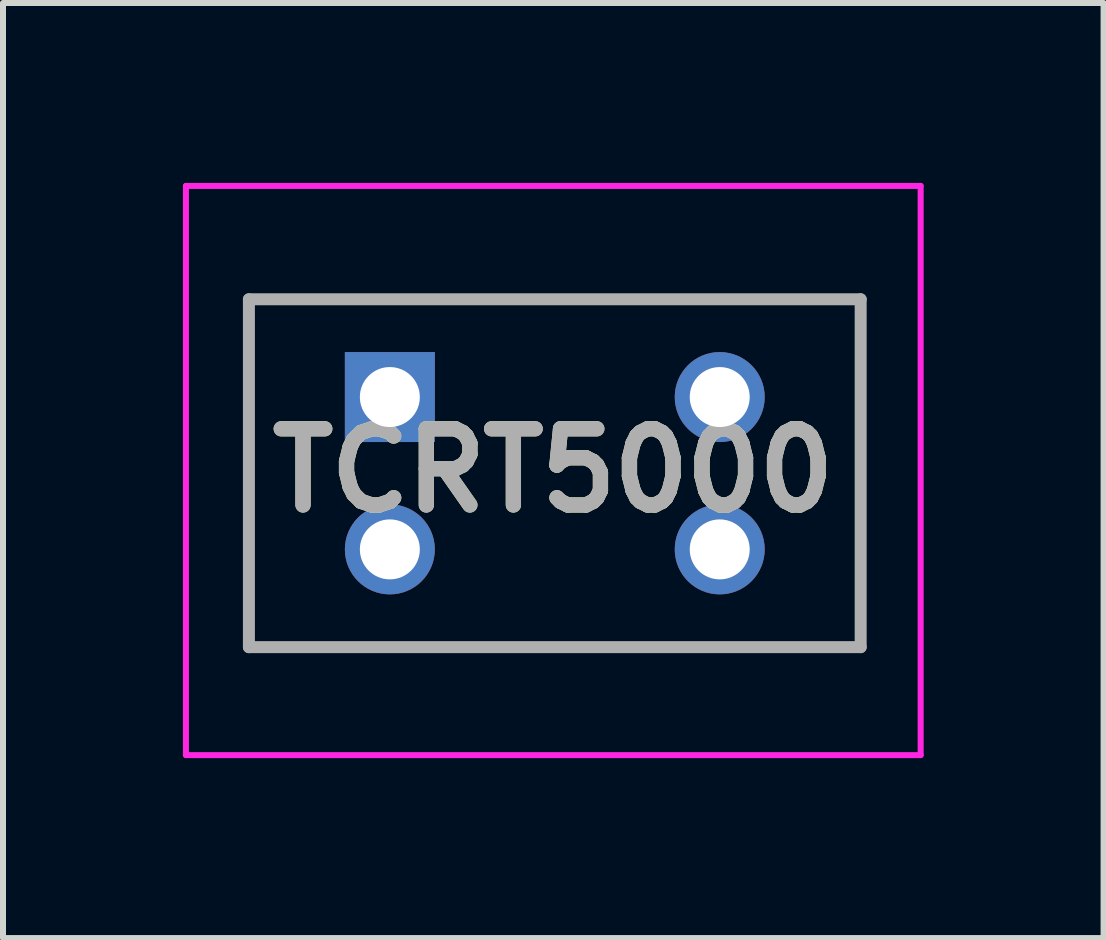
<source format=kicad_pcb>
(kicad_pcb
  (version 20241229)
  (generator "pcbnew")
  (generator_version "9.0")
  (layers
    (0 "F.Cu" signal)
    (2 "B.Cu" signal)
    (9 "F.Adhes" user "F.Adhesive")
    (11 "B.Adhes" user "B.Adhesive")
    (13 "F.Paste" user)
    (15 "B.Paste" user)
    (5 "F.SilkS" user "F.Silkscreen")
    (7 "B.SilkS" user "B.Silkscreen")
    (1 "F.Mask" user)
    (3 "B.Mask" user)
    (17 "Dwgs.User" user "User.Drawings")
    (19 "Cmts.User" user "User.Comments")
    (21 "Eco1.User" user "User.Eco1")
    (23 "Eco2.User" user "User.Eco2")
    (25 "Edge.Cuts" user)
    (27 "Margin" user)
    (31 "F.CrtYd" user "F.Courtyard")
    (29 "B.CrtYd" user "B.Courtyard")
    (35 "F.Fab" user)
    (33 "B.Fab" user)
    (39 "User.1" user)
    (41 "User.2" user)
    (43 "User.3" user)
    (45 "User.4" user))
  (footprint "TCRT5000"
    (layer "F.Cu")
    (at 6.2 4.84)
    (property "Reference" "TCRT5000" (at -0.025 -0.045 0) (layer "F.SilkS") (effects (font (size 1.27 1.27) (thickness 0.254))))
    (attr through_hole)
    (fp_line (start -5.1 -2.9) (end -5.1 1.525) (stroke (width 0.1) (type solid)) (layer "F.SilkS"))
    (fp_line (start -5.1 -2.9) (end -1.5 -2.9) (stroke (width 0.1) (type solid)) (layer "F.SilkS"))
    (fp_line (start -4 2.9) (end -1.5 2.9) (stroke (width 0.1) (type solid)) (layer "F.SilkS"))
    (fp_line (start 5.1 -2.9) (end 1.5 -2.9) (stroke (width 0.1) (type solid)) (layer "F.SilkS"))
    (fp_line (start 5.1 -2.9) (end 5.1 2.9) (stroke (width 0.1) (type solid)) (layer "F.SilkS"))
    (fp_line (start 5.1 2.9) (end 1.5 2.9) (stroke (width 0.1) (type solid)) (layer "F.SilkS"))
    (fp_line (start -6.15 -4.79) (end 6.1 -4.79) (stroke (width 0.1) (type solid)) (layer "F.CrtYd"))
    (fp_line (start -6.15 4.7) (end -6.15 -4.79) (stroke (width 0.1) (type solid)) (layer "F.CrtYd"))
    (fp_line (start 6.1 -4.79) (end 6.1 4.7) (stroke (width 0.1) (type solid)) (layer "F.CrtYd"))
    (fp_line (start 6.1 4.7) (end -6.15 4.7) (stroke (width 0.1) (type solid)) (layer "F.CrtYd"))
    (fp_line (start -5.1 -2.9) (end 5.1 -2.9) (stroke (width 0.2) (type solid)) (layer "F.Fab"))
    (fp_line (start -5.1 2.9) (end -5.1 -2.9) (stroke (width 0.2) (type solid)) (layer "F.Fab"))
    (fp_line (start 5.1 -2.9) (end 5.1 2.9) (stroke (width 0.2) (type solid)) (layer "F.Fab"))
    (fp_line (start 5.1 2.9) (end -5.1 2.9) (stroke (width 0.2) (type solid)) (layer "F.Fab"))
    (fp_text user "${REFERENCE}" (at -0.025 -0.045 0) (layer "F.Fab") (effects (font (size 1.27 1.27) (thickness 0.254))))
    (pad "" np_thru_hole circle (at -4.65 2.45) (size 0.001 0.001) (drill 1) (layers "*.Cu" "*.Mask"))
    (pad "" np_thru_hole circle (at 0 -2.54) (size 0.001 0.001) (drill 2.5) (layers "*.Cu" "*.Mask"))
    (pad "" np_thru_hole circle (at 0 2.45) (size 0.001 0.001) (drill 2.5) (layers "*.Cu" "*.Mask"))
    (pad "1" thru_hole rect (at -2.75 -1.27) (size 1.5 1.5) (drill 1) (layers "*.Cu" "*.Mask"))
    (pad "2" thru_hole circle (at -2.75 1.27) (size 1.5 1.5) (drill 1) (layers "*.Cu" "*.Mask"))
    (pad "3" thru_hole circle (at 2.75 1.27) (size 1.5 1.5) (drill 1) (layers "*.Cu" "*.Mask"))
    (pad "4" thru_hole circle (at 2.75 -1.27) (size 1.5 1.5) (drill 1) (layers "*.Cu" "*.Mask")))
  (gr_rect
    (start -3 -3)
    (end 15.35 12.59)
    (stroke (width 0.1) (type default))
    (fill no)
    (layer "Edge.Cuts")))
</source>
